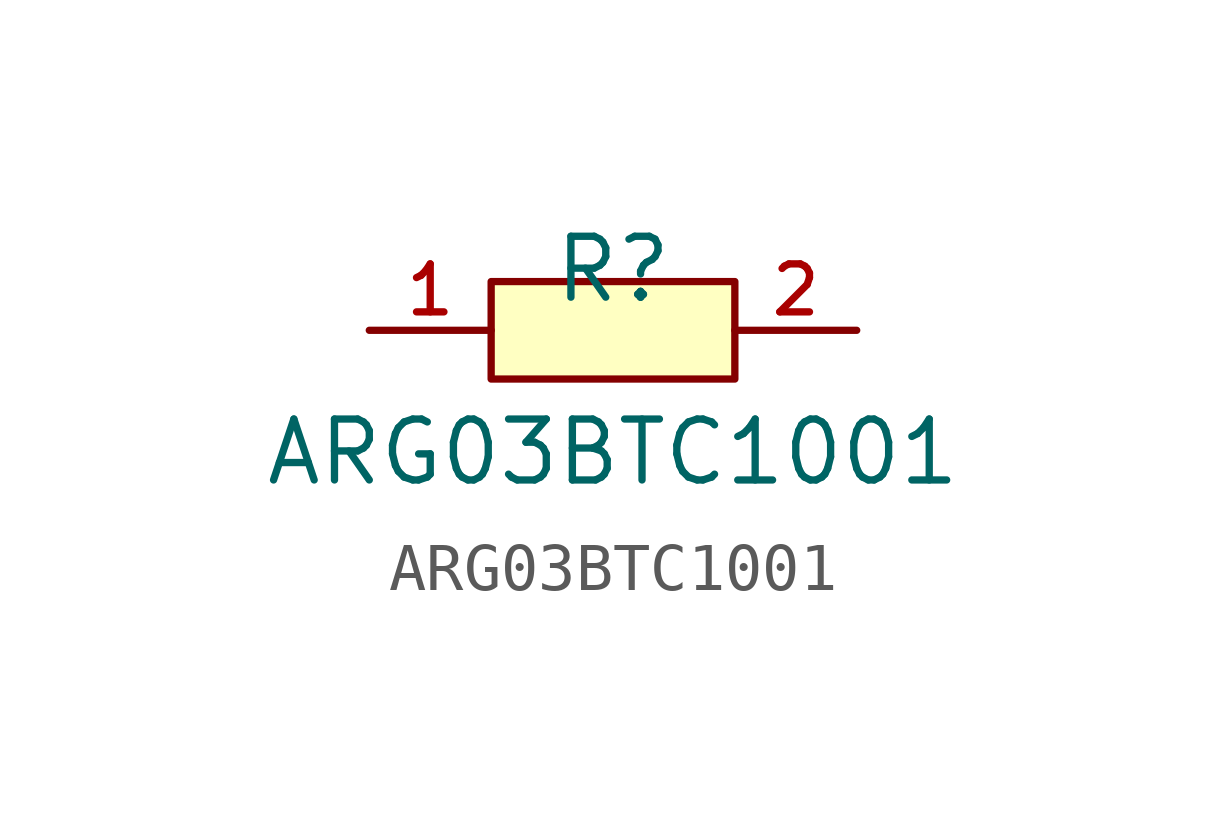
<source format=kicad_sym>
(kicad_symbol_lib
  (version 20210201)
  (generator TousstNicolas/JLC2KiCad_lib)
  (symbol "ARG03BTC1001"
    (pin_names hide)
    (property "Reference" "R"
      (at 0 1.27 0)
      (effects (font (size 1.27 1.27))))
    (property "Value" "ARG03BTC1001"
      (at 0 -2.54 0)
      (effects (font (size 1.27 1.27))))
    (symbol "ARG03BTC1001_0_1"
      (rectangle (start -2.54 1.016) (end 2.54 -1.016) (stroke (width 0) (type default) (color 0 0 0 0)) (fill (type background)))
      (pin unspecified line (at 5.08 -0.0 180) (length 2.54) (name "2" (effects (font (size 1 1)))) (number "2" (effects (font (size 1 1)))))
      (pin unspecified line (at -5.08 -0.0 0) (length 2.54) (name "1" (effects (font (size 1 1)))) (number "1" (effects (font (size 1 1))))))))
</source>
